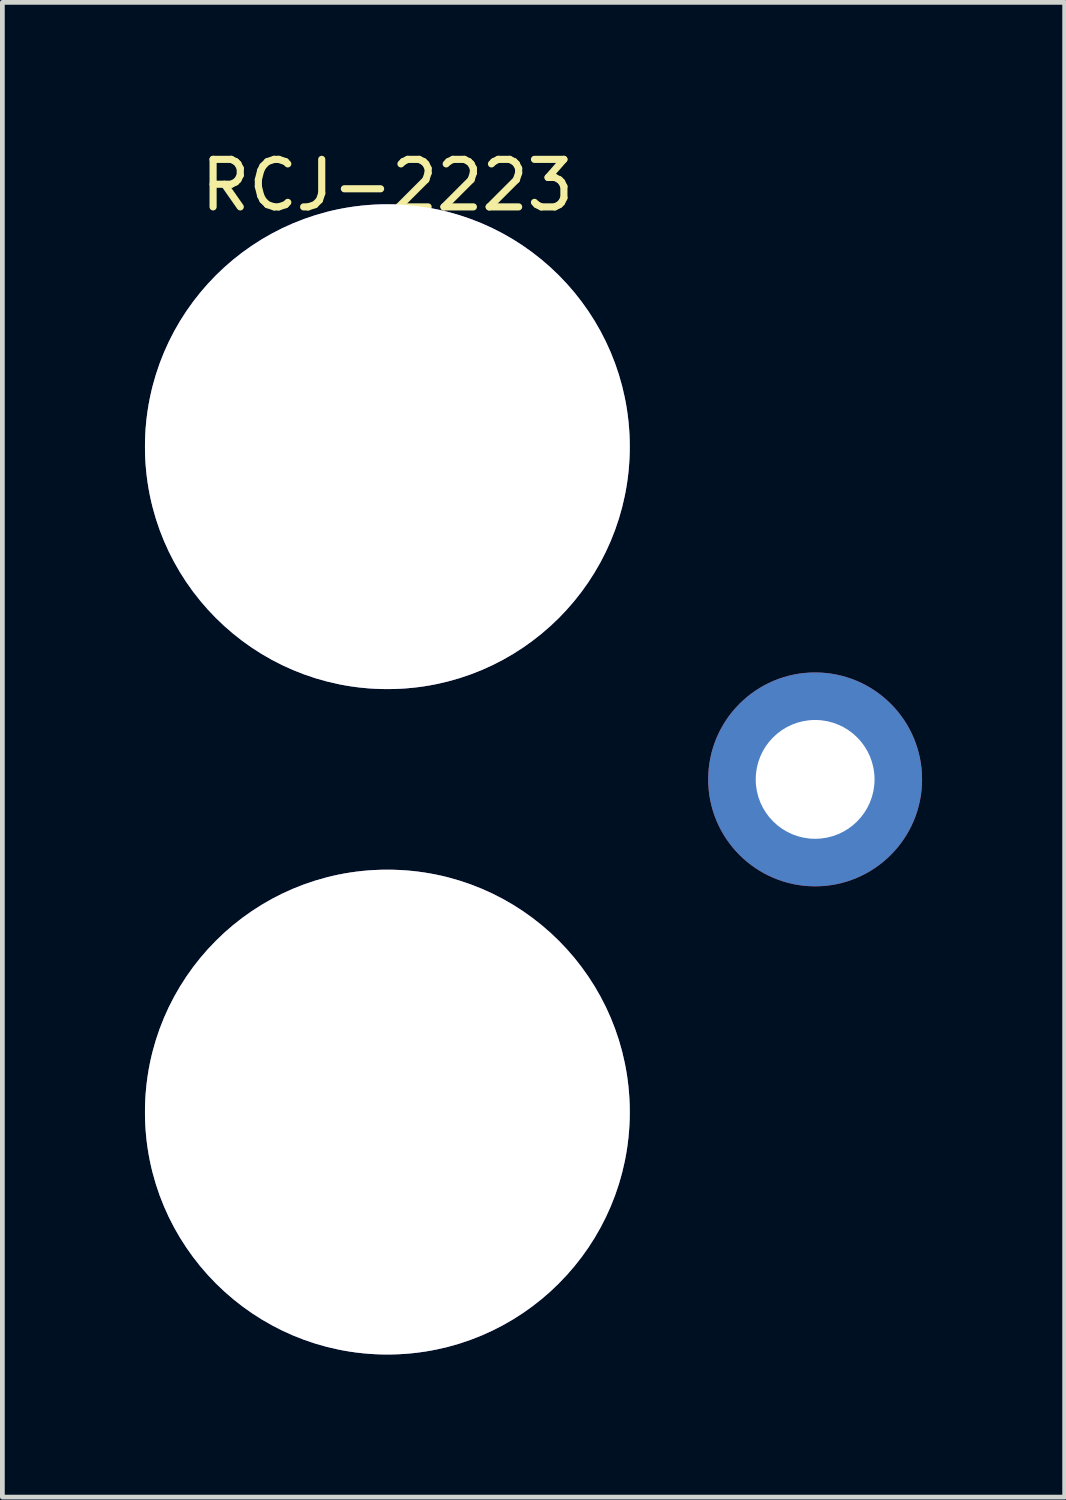
<source format=kicad_pcb>
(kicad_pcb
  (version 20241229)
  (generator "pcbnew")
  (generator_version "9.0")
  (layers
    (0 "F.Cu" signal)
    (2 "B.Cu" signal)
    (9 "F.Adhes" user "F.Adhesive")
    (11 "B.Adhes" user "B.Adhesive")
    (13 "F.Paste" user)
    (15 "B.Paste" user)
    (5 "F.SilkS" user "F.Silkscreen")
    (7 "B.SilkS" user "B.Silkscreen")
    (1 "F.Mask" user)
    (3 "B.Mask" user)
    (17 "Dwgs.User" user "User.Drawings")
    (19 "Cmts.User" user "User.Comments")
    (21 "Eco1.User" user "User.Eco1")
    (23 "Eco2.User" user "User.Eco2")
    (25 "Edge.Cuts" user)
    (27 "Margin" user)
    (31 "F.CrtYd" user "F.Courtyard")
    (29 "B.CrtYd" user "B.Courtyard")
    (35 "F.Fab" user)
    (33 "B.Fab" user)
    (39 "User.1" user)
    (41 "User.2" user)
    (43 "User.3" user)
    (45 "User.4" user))
  (footprint "RCJ-2223"
    (layer "F.Cu")
    (at 5.1 13.348)
    (property "Reference" "RCJ-2223" (at 0 -12.5 0) (unlocked yes) (layer "F.SilkS") (effects (font (size 1 1) (thickness 0.15))))
    (pad "1" thru_hole circle (at 0 -7) (size 10.2 10.2) (drill 10.2) (layers "*.Cu" "*.Mask"))
    (pad "1" thru_hole circle (at 0 7) (size 10.2 10.2) (drill 10.2) (layers "*.Cu" "*.Mask"))
    (pad "1" thru_hole circle (at 9 0) (size 4.5 4.5) (drill 2.5) (layers "*.Cu" "*.Mask")))
  (gr_rect
    (start -3 -3)
    (end 19.35 28.448)
    (stroke (width 0.1) (type default))
    (fill no)
    (layer "Edge.Cuts")))
</source>
